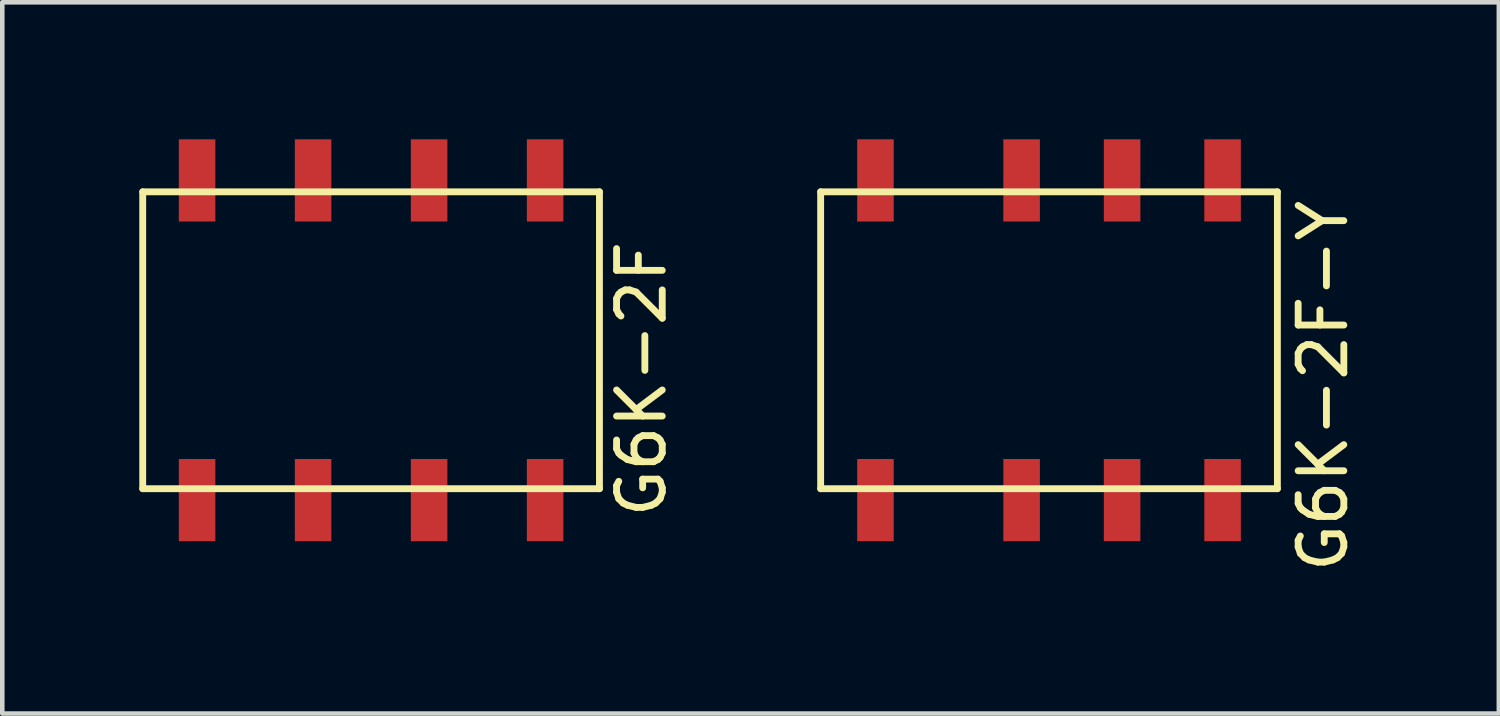
<source format=kicad_pcb>
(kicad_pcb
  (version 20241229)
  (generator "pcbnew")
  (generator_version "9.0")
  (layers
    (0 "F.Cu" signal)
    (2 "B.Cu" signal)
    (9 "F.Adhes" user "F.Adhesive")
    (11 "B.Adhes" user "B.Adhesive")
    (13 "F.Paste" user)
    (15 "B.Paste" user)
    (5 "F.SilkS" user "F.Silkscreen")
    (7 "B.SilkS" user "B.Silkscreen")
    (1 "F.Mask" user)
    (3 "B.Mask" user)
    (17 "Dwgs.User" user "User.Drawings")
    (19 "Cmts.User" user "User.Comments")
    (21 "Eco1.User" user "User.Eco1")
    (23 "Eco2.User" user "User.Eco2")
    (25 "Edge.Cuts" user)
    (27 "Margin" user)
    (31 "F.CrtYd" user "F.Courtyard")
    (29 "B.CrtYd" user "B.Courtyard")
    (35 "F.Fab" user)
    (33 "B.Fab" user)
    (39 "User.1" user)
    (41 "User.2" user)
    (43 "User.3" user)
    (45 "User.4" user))
  (footprint "G6K-2F"
    (layer "F.Cu")
    (at 4.995 4.25)
    (property "Reference" "G6K-2F" (at 6 1 90) (layer "F.SilkS") (effects (font (size 1 1) (thickness 0.15))))
    (attr through_hole)
    (fp_line (start -4.92 -3.1) (end 5.08 -3.1) (stroke (width 0.15) (type solid)) (layer "F.SilkS"))
    (fp_line (start -4.92 3.4) (end -4.92 -3.1) (stroke (width 0.15) (type solid)) (layer "F.SilkS"))
    (fp_line (start 5.08 -3.1) (end 5.08 3.4) (stroke (width 0.15) (type solid)) (layer "F.SilkS"))
    (fp_line (start 5.08 3.4) (end -4.92 3.4) (stroke (width 0.15) (type solid)) (layer "F.SilkS"))
    (pad "1" smd rect (at -3.73 3.65) (size 0.8 1.8) (layers "F.Cu" "F.Mask" "F.Paste"))
    (pad "2" smd rect (at -1.19 3.65) (size 0.8 1.8) (layers "F.Cu" "F.Mask" "F.Paste"))
    (pad "3" smd rect (at 1.35 3.65) (size 0.8 1.8) (layers "F.Cu" "F.Mask" "F.Paste"))
    (pad "4" smd rect (at 3.89 3.65) (size 0.8 1.8) (layers "F.Cu" "F.Mask" "F.Paste"))
    (pad "5" smd rect (at 3.89 -3.35) (size 0.8 1.8) (layers "F.Cu" "F.Mask" "F.Paste"))
    (pad "6" smd rect (at 1.35 -3.35) (size 0.8 1.8) (layers "F.Cu" "F.Mask" "F.Paste"))
    (pad "7" smd rect (at -1.19 -3.35) (size 0.8 1.8) (layers "F.Cu" "F.Mask" "F.Paste"))
    (pad "8" smd rect (at -3.73 -3.35) (size 0.8 1.8) (layers "F.Cu" "F.Mask" "F.Paste")))
  (footprint "G6K-2F-Y"
    (layer "F.Cu")
    (at 19.918 4.4)
    (property "Reference" "G6K-2F-Y" (at 6 1 90) (layer "F.SilkS") (effects (font (size 1 1) (thickness 0.15))))
    (attr through_hole)
    (fp_line (start -5 -3.25) (end 5 -3.25) (stroke (width 0.15) (type solid)) (layer "F.SilkS"))
    (fp_line (start -5 3.25) (end -5 -3.25) (stroke (width 0.15) (type solid)) (layer "F.SilkS"))
    (fp_line (start 5 -3.25) (end 5 3.25) (stroke (width 0.15) (type solid)) (layer "F.SilkS"))
    (fp_line (start 5 3.25) (end -5 3.25) (stroke (width 0.15) (type solid)) (layer "F.SilkS"))
    (pad "1" smd rect (at -3.8 3.5) (size 0.8 1.8) (layers "F.Cu" "F.Mask" "F.Paste"))
    (pad "2" smd rect (at -0.6 3.5) (size 0.8 1.8) (layers "F.Cu" "F.Mask" "F.Paste"))
    (pad "3" smd rect (at 1.6 3.5) (size 0.8 1.8) (layers "F.Cu" "F.Mask" "F.Paste"))
    (pad "4" smd rect (at 3.8 3.5) (size 0.8 1.8) (layers "F.Cu" "F.Mask" "F.Paste"))
    (pad "5" smd rect (at 3.8 -3.5) (size 0.8 1.8) (layers "F.Cu" "F.Mask" "F.Paste"))
    (pad "6" smd rect (at 1.6 -3.5) (size 0.8 1.8) (layers "F.Cu" "F.Mask" "F.Paste"))
    (pad "7" smd rect (at -0.6 -3.5) (size 0.8 1.8) (layers "F.Cu" "F.Mask" "F.Paste"))
    (pad "8" smd rect (at -3.8 -3.5) (size 0.8 1.8) (layers "F.Cu" "F.Mask" "F.Paste")))
  (gr_rect
    (start -3 -3)
    (end 29.767 12.573)
    (stroke (width 0.1) (type default))
    (fill no)
    (layer "Edge.Cuts")))
</source>
